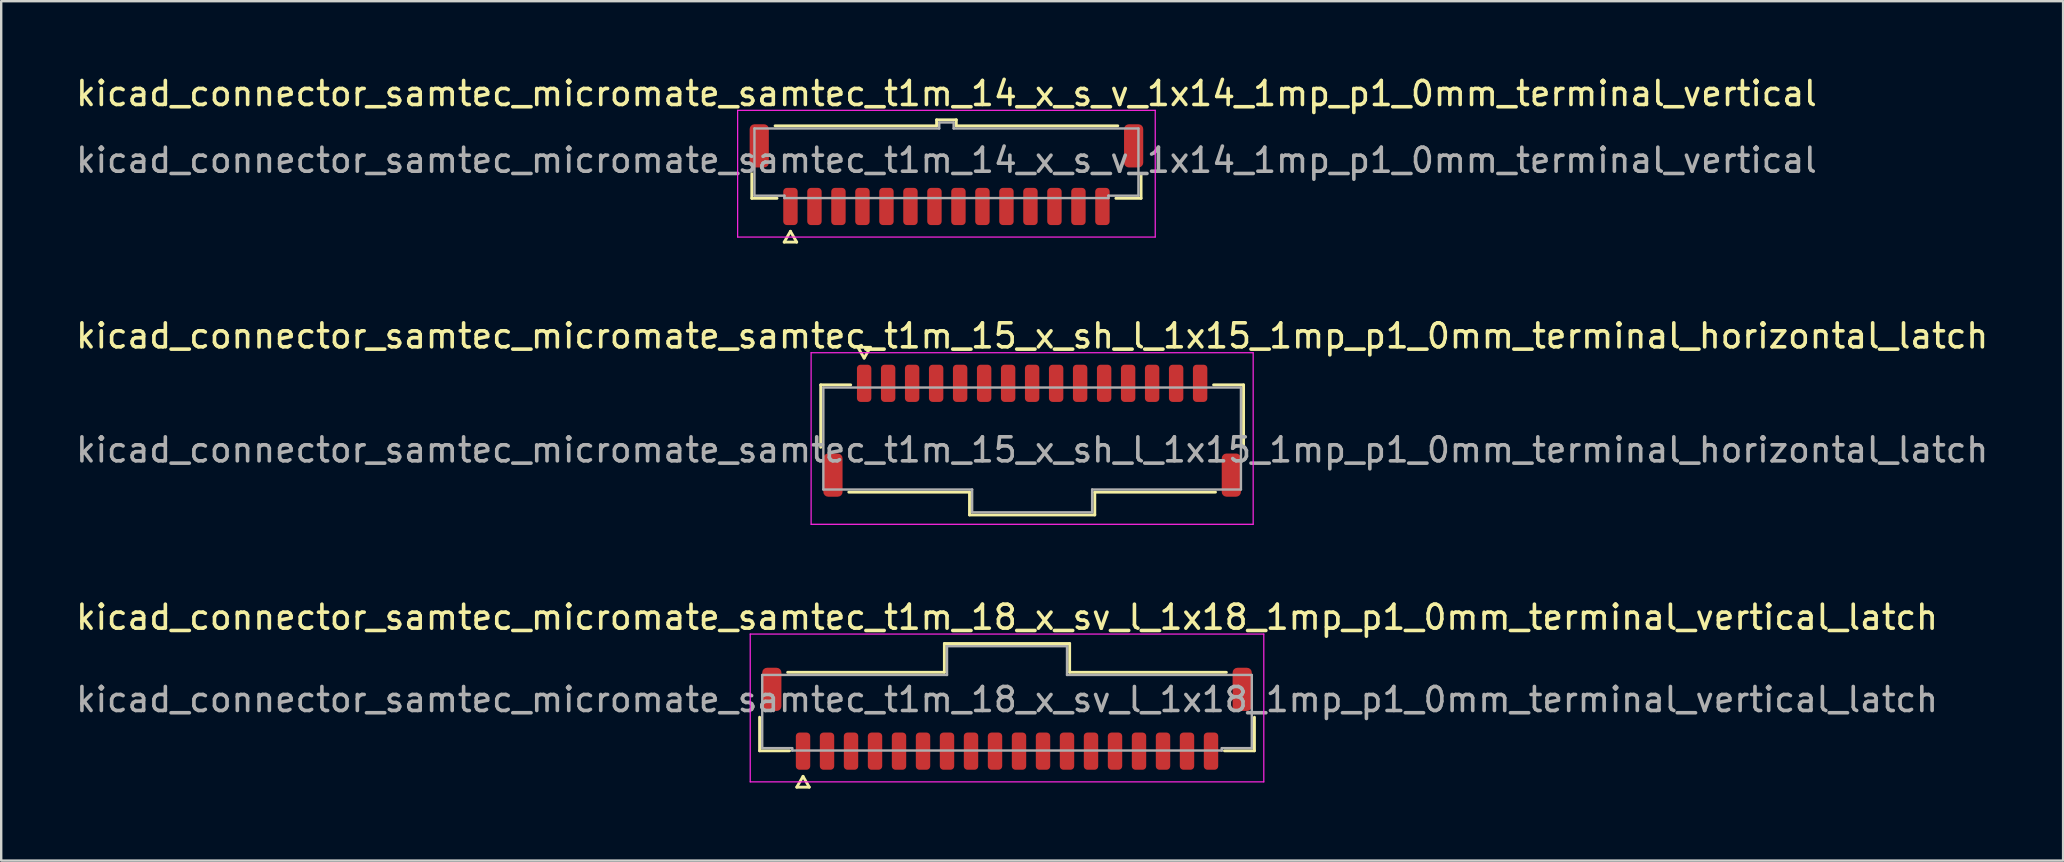
<source format=kicad_pcb>
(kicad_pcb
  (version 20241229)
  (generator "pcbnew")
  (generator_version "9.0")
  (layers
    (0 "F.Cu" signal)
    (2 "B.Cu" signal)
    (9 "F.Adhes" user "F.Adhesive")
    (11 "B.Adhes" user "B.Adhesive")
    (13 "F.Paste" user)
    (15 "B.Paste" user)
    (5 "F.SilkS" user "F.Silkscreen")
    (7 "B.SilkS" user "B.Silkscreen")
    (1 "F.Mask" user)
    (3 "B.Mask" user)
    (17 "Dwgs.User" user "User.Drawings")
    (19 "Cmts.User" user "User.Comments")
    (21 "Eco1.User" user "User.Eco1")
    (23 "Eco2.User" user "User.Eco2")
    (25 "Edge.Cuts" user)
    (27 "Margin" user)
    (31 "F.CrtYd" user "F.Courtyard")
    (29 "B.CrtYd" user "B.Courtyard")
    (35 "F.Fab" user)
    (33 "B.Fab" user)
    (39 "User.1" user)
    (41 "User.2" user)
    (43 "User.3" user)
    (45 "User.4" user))
  (footprint "kicad_connector_samtec_micromate_samtec_t1m_18_x_sv_l_1x18_1mp_p1_0mm_terminal_vertical_latch"
    (layer "F.Cu")
    (at 38.911 26.1)
    (property "Reference" "kicad_connector_samtec_micromate_samtec_t1m_18_x_sv_l_1x18_1mp_p1_0mm_terminal_vertical_latch" (at 0 -3.43 0) (layer "F.SilkS") (effects (font (size 1 1) (thickness 0.15))))
    (attr smd)
    (fp_line (start -10.31 2.135) (end -10.31 0.735) (stroke (width 0.12) (type solid)) (layer "F.SilkS"))
    (fp_line (start -9.14 -1.135) (end -2.61 -1.135) (stroke (width 0.12) (type solid)) (layer "F.SilkS"))
    (fp_line (start -9.06 2.135) (end -10.31 2.135) (stroke (width 0.12) (type solid)) (layer "F.SilkS"))
    (fp_line (start -8.76 3.65) (end -8.5 3.2) (stroke (width 0.12) (type solid)) (layer "F.SilkS"))
    (fp_line (start -8.5 3.2) (end -8.24 3.65) (stroke (width 0.12) (type solid)) (layer "F.SilkS"))
    (fp_line (start -8.24 3.65) (end -8.76 3.65) (stroke (width 0.12) (type solid)) (layer "F.SilkS"))
    (fp_line (start -2.61 -2.335) (end 2.61 -2.335) (stroke (width 0.12) (type solid)) (layer "F.SilkS"))
    (fp_line (start -2.61 -1.135) (end -2.61 -2.335) (stroke (width 0.12) (type solid)) (layer "F.SilkS"))
    (fp_line (start 2.61 -2.335) (end 2.61 -1.135) (stroke (width 0.12) (type solid)) (layer "F.SilkS"))
    (fp_line (start 2.61 -1.135) (end 9.14 -1.135) (stroke (width 0.12) (type solid)) (layer "F.SilkS"))
    (fp_line (start 10.31 0.735) (end 10.31 2.135) (stroke (width 0.12) (type solid)) (layer "F.SilkS"))
    (fp_line (start 10.31 2.135) (end 9.06 2.135) (stroke (width 0.12) (type solid)) (layer "F.SilkS"))
    (fp_line (start -10.7 -2.73) (end -10.7 3.43) (stroke (width 0.05) (type solid)) (layer "F.CrtYd"))
    (fp_line (start -10.7 3.43) (end 10.7 3.43) (stroke (width 0.05) (type solid)) (layer "F.CrtYd"))
    (fp_line (start 10.7 -2.73) (end -10.7 -2.73) (stroke (width 0.05) (type solid)) (layer "F.CrtYd"))
    (fp_line (start 10.7 3.43) (end 10.7 -2.73) (stroke (width 0.05) (type solid)) (layer "F.CrtYd"))
    (fp_line (start -10.2 -1.025) (end -2.5 -1.025) (stroke (width 0.1) (type solid)) (layer "F.Fab"))
    (fp_line (start -10.2 2.025) (end -10.2 -1.025) (stroke (width 0.1) (type solid)) (layer "F.Fab"))
    (fp_line (start -8.95 2.025) (end -10.2 2.025) (stroke (width 0.1) (type solid)) (layer "F.Fab"))
    (fp_line (start -8.95 2.125) (end -8.95 2.025) (stroke (width 0.1) (type solid)) (layer "F.Fab"))
    (fp_line (start -2.5 -2.225) (end 2.5 -2.225) (stroke (width 0.1) (type solid)) (layer "F.Fab"))
    (fp_line (start -2.5 -1.025) (end -2.5 -2.225) (stroke (width 0.1) (type solid)) (layer "F.Fab"))
    (fp_line (start 2.5 -2.225) (end 2.5 -1.025) (stroke (width 0.1) (type solid)) (layer "F.Fab"))
    (fp_line (start 2.5 -1.025) (end 10.2 -1.025) (stroke (width 0.1) (type solid)) (layer "F.Fab"))
    (fp_line (start 8.95 2.025) (end 8.95 2.125) (stroke (width 0.1) (type solid)) (layer "F.Fab"))
    (fp_line (start 8.95 2.125) (end -8.95 2.125) (stroke (width 0.1) (type solid)) (layer "F.Fab"))
    (fp_line (start 10.2 -1.025) (end 10.2 2.025) (stroke (width 0.1) (type solid)) (layer "F.Fab"))
    (fp_line (start 10.2 2.025) (end 8.95 2.025) (stroke (width 0.1) (type solid)) (layer "F.Fab"))
    (fp_text user "${REFERENCE}" (at 0 0 0) (layer "F.Fab") (effects (font (size 1 1) (thickness 0.15))))
    (pad "1" smd roundrect (at -8.5 2.15) (size 0.6 1.55) (layers "F.Cu" "F.Mask" "F.Paste") (roundrect_rratio 0.25))
    (pad "2" smd roundrect (at -7.5 2.15) (size 0.6 1.55) (layers "F.Cu" "F.Mask" "F.Paste") (roundrect_rratio 0.25))
    (pad "3" smd roundrect (at -6.5 2.15) (size 0.6 1.55) (layers "F.Cu" "F.Mask" "F.Paste") (roundrect_rratio 0.25))
    (pad "4" smd roundrect (at -5.5 2.15) (size 0.6 1.55) (layers "F.Cu" "F.Mask" "F.Paste") (roundrect_rratio 0.25))
    (pad "5" smd roundrect (at -4.5 2.15) (size 0.6 1.55) (layers "F.Cu" "F.Mask" "F.Paste") (roundrect_rratio 0.25))
    (pad "6" smd roundrect (at -3.5 2.15) (size 0.6 1.55) (layers "F.Cu" "F.Mask" "F.Paste") (roundrect_rratio 0.25))
    (pad "7" smd roundrect (at -2.5 2.15) (size 0.6 1.55) (layers "F.Cu" "F.Mask" "F.Paste") (roundrect_rratio 0.25))
    (pad "8" smd roundrect (at -1.5 2.15) (size 0.6 1.55) (layers "F.Cu" "F.Mask" "F.Paste") (roundrect_rratio 0.25))
    (pad "9" smd roundrect (at -0.5 2.15) (size 0.6 1.55) (layers "F.Cu" "F.Mask" "F.Paste") (roundrect_rratio 0.25))
    (pad "10" smd roundrect (at 0.5 2.15) (size 0.6 1.55) (layers "F.Cu" "F.Mask" "F.Paste") (roundrect_rratio 0.25))
    (pad "11" smd roundrect (at 1.5 2.15) (size 0.6 1.55) (layers "F.Cu" "F.Mask" "F.Paste") (roundrect_rratio 0.25))
    (pad "12" smd roundrect (at 2.5 2.15) (size 0.6 1.55) (layers "F.Cu" "F.Mask" "F.Paste") (roundrect_rratio 0.25))
    (pad "13" smd roundrect (at 3.5 2.15) (size 0.6 1.55) (layers "F.Cu" "F.Mask" "F.Paste") (roundrect_rratio 0.25))
    (pad "14" smd roundrect (at 4.5 2.15) (size 0.6 1.55) (layers "F.Cu" "F.Mask" "F.Paste") (roundrect_rratio 0.25))
    (pad "15" smd roundrect (at 5.5 2.15) (size 0.6 1.55) (layers "F.Cu" "F.Mask" "F.Paste") (roundrect_rratio 0.25))
    (pad "16" smd roundrect (at 6.5 2.15) (size 0.6 1.55) (layers "F.Cu" "F.Mask" "F.Paste") (roundrect_rratio 0.25))
    (pad "17" smd roundrect (at 7.5 2.15) (size 0.6 1.55) (layers "F.Cu" "F.Mask" "F.Paste") (roundrect_rratio 0.25))
    (pad "18" smd roundrect (at 8.5 2.15) (size 0.6 1.55) (layers "F.Cu" "F.Mask" "F.Paste") (roundrect_rratio 0.25))
    (pad "MP" smd roundrect (at -9.8 -0.425) (size 0.8 1.8) (layers "F.Cu" "F.Mask" "F.Paste") (roundrect_rratio 0.25))
    (pad "MP" smd roundrect (at 9.8 -0.425) (size 0.8 1.8) (layers "F.Cu" "F.Mask" "F.Paste") (roundrect_rratio 0.25)))
  (footprint "kicad_connector_samtec_micromate_samtec_t1m_15_x_sh_l_1x15_1mp_p1_0mm_terminal_horizontal_latch"
    (layer "F.Cu")
    (at 39.958 15.697)
    (property "Reference" "kicad_connector_samtec_micromate_samtec_t1m_15_x_sh_l_1x15_1mp_p1_0mm_terminal_horizontal_latch" (at 0 -4.75 0) (layer "F.SilkS") (effects (font (size 1 1) (thickness 0.15))))
    (attr smd)
    (fp_line (start -8.81 -2.71) (end -7.56 -2.71) (stroke (width 0.12) (type solid)) (layer "F.SilkS"))
    (fp_line (start -8.81 -0.11) (end -8.81 -2.71) (stroke (width 0.12) (type solid)) (layer "F.SilkS"))
    (fp_line (start -7.26 -4.275) (end -7 -3.825) (stroke (width 0.12) (type solid)) (layer "F.SilkS"))
    (fp_line (start -7 -3.825) (end -6.74 -4.275) (stroke (width 0.12) (type solid)) (layer "F.SilkS"))
    (fp_line (start -6.74 -4.275) (end -7.26 -4.275) (stroke (width 0.12) (type solid)) (layer "F.SilkS"))
    (fp_line (start -2.61 1.76) (end -7.64 1.76) (stroke (width 0.12) (type solid)) (layer "F.SilkS"))
    (fp_line (start -2.61 2.71) (end -2.61 1.76) (stroke (width 0.12) (type solid)) (layer "F.SilkS"))
    (fp_line (start 2.61 1.76) (end 2.61 2.71) (stroke (width 0.12) (type solid)) (layer "F.SilkS"))
    (fp_line (start 2.61 2.71) (end -2.61 2.71) (stroke (width 0.12) (type solid)) (layer "F.SilkS"))
    (fp_line (start 7.56 -2.71) (end 8.81 -2.71) (stroke (width 0.12) (type solid)) (layer "F.SilkS"))
    (fp_line (start 7.64 1.76) (end 2.61 1.76) (stroke (width 0.12) (type solid)) (layer "F.SilkS"))
    (fp_line (start 8.81 -2.71) (end 8.81 -0.11) (stroke (width 0.12) (type solid)) (layer "F.SilkS"))
    (fp_line (start -9.21 -4.05) (end -9.21 3.1) (stroke (width 0.05) (type solid)) (layer "F.CrtYd"))
    (fp_line (start -9.21 3.1) (end 9.21 3.1) (stroke (width 0.05) (type solid)) (layer "F.CrtYd"))
    (fp_line (start 9.21 -4.05) (end -9.21 -4.05) (stroke (width 0.05) (type solid)) (layer "F.CrtYd"))
    (fp_line (start 9.21 3.1) (end 9.21 -4.05) (stroke (width 0.05) (type solid)) (layer "F.CrtYd"))
    (fp_line (start -8.7 -2.6) (end 8.7 -2.6) (stroke (width 0.1) (type solid)) (layer "F.Fab"))
    (fp_line (start -8.7 1.65) (end -8.7 -2.6) (stroke (width 0.1) (type solid)) (layer "F.Fab"))
    (fp_line (start -2.5 1.65) (end -8.7 1.65) (stroke (width 0.1) (type solid)) (layer "F.Fab"))
    (fp_line (start -2.5 2.6) (end -2.5 1.65) (stroke (width 0.1) (type solid)) (layer "F.Fab"))
    (fp_line (start 2.5 1.65) (end 2.5 2.6) (stroke (width 0.1) (type solid)) (layer "F.Fab"))
    (fp_line (start 2.5 2.6) (end -2.5 2.6) (stroke (width 0.1) (type solid)) (layer "F.Fab"))
    (fp_line (start 8.7 -2.6) (end 8.7 1.65) (stroke (width 0.1) (type solid)) (layer "F.Fab"))
    (fp_line (start 8.7 1.65) (end 2.5 1.65) (stroke (width 0.1) (type solid)) (layer "F.Fab"))
    (fp_text user "${REFERENCE}" (at 0 0 0) (layer "F.Fab") (effects (font (size 1 1) (thickness 0.15))))
    (pad "1" smd roundrect (at -7 -2.775) (size 0.6 1.55) (layers "F.Cu" "F.Mask" "F.Paste") (roundrect_rratio 0.25))
    (pad "2" smd roundrect (at -6 -2.775) (size 0.6 1.55) (layers "F.Cu" "F.Mask" "F.Paste") (roundrect_rratio 0.25))
    (pad "3" smd roundrect (at -5 -2.775) (size 0.6 1.55) (layers "F.Cu" "F.Mask" "F.Paste") (roundrect_rratio 0.25))
    (pad "4" smd roundrect (at -4 -2.775) (size 0.6 1.55) (layers "F.Cu" "F.Mask" "F.Paste") (roundrect_rratio 0.25))
    (pad "5" smd roundrect (at -3 -2.775) (size 0.6 1.55) (layers "F.Cu" "F.Mask" "F.Paste") (roundrect_rratio 0.25))
    (pad "6" smd roundrect (at -2 -2.775) (size 0.6 1.55) (layers "F.Cu" "F.Mask" "F.Paste") (roundrect_rratio 0.25))
    (pad "7" smd roundrect (at -1 -2.775) (size 0.6 1.55) (layers "F.Cu" "F.Mask" "F.Paste") (roundrect_rratio 0.25))
    (pad "8" smd roundrect (at 0 -2.775) (size 0.6 1.55) (layers "F.Cu" "F.Mask" "F.Paste") (roundrect_rratio 0.25))
    (pad "9" smd roundrect (at 1 -2.775) (size 0.6 1.55) (layers "F.Cu" "F.Mask" "F.Paste") (roundrect_rratio 0.25))
    (pad "10" smd roundrect (at 2 -2.775) (size 0.6 1.55) (layers "F.Cu" "F.Mask" "F.Paste") (roundrect_rratio 0.25))
    (pad "11" smd roundrect (at 3 -2.775) (size 0.6 1.55) (layers "F.Cu" "F.Mask" "F.Paste") (roundrect_rratio 0.25))
    (pad "12" smd roundrect (at 4 -2.775) (size 0.6 1.55) (layers "F.Cu" "F.Mask" "F.Paste") (roundrect_rratio 0.25))
    (pad "13" smd roundrect (at 5 -2.775) (size 0.6 1.55) (layers "F.Cu" "F.Mask" "F.Paste") (roundrect_rratio 0.25))
    (pad "14" smd roundrect (at 6 -2.775) (size 0.6 1.55) (layers "F.Cu" "F.Mask" "F.Paste") (roundrect_rratio 0.25))
    (pad "15" smd roundrect (at 7 -2.775) (size 0.6 1.55) (layers "F.Cu" "F.Mask" "F.Paste") (roundrect_rratio 0.25))
    (pad "MP" smd roundrect (at -8.3 1.05) (size 0.8 1.8) (layers "F.Cu" "F.Mask" "F.Paste") (roundrect_rratio 0.25))
    (pad "MP" smd roundrect (at 8.3 1.05) (size 0.8 1.8) (layers "F.Cu" "F.Mask" "F.Paste") (roundrect_rratio 0.25)))
  (footprint "kicad_connector_samtec_micromate_samtec_t1m_14_x_s_v_1x14_1mp_p1_0mm_terminal_vertical"
    (layer "F.Cu")
    (at 36.387 3.628)
    (property "Reference" "kicad_connector_samtec_micromate_samtec_t1m_14_x_s_v_1x14_1mp_p1_0mm_terminal_vertical" (at 0 -2.78 0) (layer "F.SilkS") (effects (font (size 1 1) (thickness 0.15))))
    (attr smd)
    (fp_line (start -8.11 1.585) (end -8.11 0.56) (stroke (width 0.12) (type solid)) (layer "F.SilkS"))
    (fp_line (start -7.14 -1.435) (end -0.41 -1.435) (stroke (width 0.12) (type solid)) (layer "F.SilkS"))
    (fp_line (start -7.06 1.585) (end -8.11 1.585) (stroke (width 0.12) (type solid)) (layer "F.SilkS"))
    (fp_line (start -6.76 3.41) (end -6.5 2.96) (stroke (width 0.12) (type solid)) (layer "F.SilkS"))
    (fp_line (start -6.5 2.96) (end -6.24 3.41) (stroke (width 0.12) (type solid)) (layer "F.SilkS"))
    (fp_line (start -6.24 3.41) (end -6.76 3.41) (stroke (width 0.12) (type solid)) (layer "F.SilkS"))
    (fp_line (start -0.41 -1.685) (end 0.41 -1.685) (stroke (width 0.12) (type solid)) (layer "F.SilkS"))
    (fp_line (start -0.41 -1.435) (end -0.41 -1.685) (stroke (width 0.12) (type solid)) (layer "F.SilkS"))
    (fp_line (start 0.41 -1.685) (end 0.41 -1.435) (stroke (width 0.12) (type solid)) (layer "F.SilkS"))
    (fp_line (start 0.41 -1.435) (end 7.14 -1.435) (stroke (width 0.12) (type solid)) (layer "F.SilkS"))
    (fp_line (start 8.11 0.56) (end 8.11 1.585) (stroke (width 0.12) (type solid)) (layer "F.SilkS"))
    (fp_line (start 8.11 1.585) (end 7.06 1.585) (stroke (width 0.12) (type solid)) (layer "F.SilkS"))
    (fp_line (start -8.7 -2.08) (end -8.7 3.2) (stroke (width 0.05) (type solid)) (layer "F.CrtYd"))
    (fp_line (start -8.7 3.2) (end 8.7 3.2) (stroke (width 0.05) (type solid)) (layer "F.CrtYd"))
    (fp_line (start 8.7 -2.08) (end -8.7 -2.08) (stroke (width 0.05) (type solid)) (layer "F.CrtYd"))
    (fp_line (start 8.7 3.2) (end 8.7 -2.08) (stroke (width 0.05) (type solid)) (layer "F.CrtYd"))
    (fp_line (start -8 -1.325) (end -0.3 -1.325) (stroke (width 0.1) (type solid)) (layer "F.Fab"))
    (fp_line (start -8 1.475) (end -8 -1.325) (stroke (width 0.1) (type solid)) (layer "F.Fab"))
    (fp_line (start -6.75 1.475) (end -8 1.475) (stroke (width 0.1) (type solid)) (layer "F.Fab"))
    (fp_line (start -6.75 1.575) (end -6.75 1.475) (stroke (width 0.1) (type solid)) (layer "F.Fab"))
    (fp_line (start -0.3 -1.575) (end 0.3 -1.575) (stroke (width 0.1) (type solid)) (layer "F.Fab"))
    (fp_line (start -0.3 -1.325) (end -0.3 -1.575) (stroke (width 0.1) (type solid)) (layer "F.Fab"))
    (fp_line (start 0.3 -1.575) (end 0.3 -1.325) (stroke (width 0.1) (type solid)) (layer "F.Fab"))
    (fp_line (start 0.3 -1.325) (end 8 -1.325) (stroke (width 0.1) (type solid)) (layer "F.Fab"))
    (fp_line (start 6.75 1.475) (end 6.75 1.575) (stroke (width 0.1) (type solid)) (layer "F.Fab"))
    (fp_line (start 6.75 1.575) (end -6.75 1.575) (stroke (width 0.1) (type solid)) (layer "F.Fab"))
    (fp_line (start 8 -1.325) (end 8 1.475) (stroke (width 0.1) (type solid)) (layer "F.Fab"))
    (fp_line (start 8 1.475) (end 6.75 1.475) (stroke (width 0.1) (type solid)) (layer "F.Fab"))
    (fp_text user "${REFERENCE}" (at 0 0 0) (layer "F.Fab") (effects (font (size 1 1) (thickness 0.15))))
    (pad "1" smd roundrect (at -6.5 1.925) (size 0.6 1.55) (layers "F.Cu" "F.Mask" "F.Paste") (roundrect_rratio 0.25))
    (pad "2" smd roundrect (at -5.5 1.925) (size 0.6 1.55) (layers "F.Cu" "F.Mask" "F.Paste") (roundrect_rratio 0.25))
    (pad "3" smd roundrect (at -4.5 1.925) (size 0.6 1.55) (layers "F.Cu" "F.Mask" "F.Paste") (roundrect_rratio 0.25))
    (pad "4" smd roundrect (at -3.5 1.925) (size 0.6 1.55) (layers "F.Cu" "F.Mask" "F.Paste") (roundrect_rratio 0.25))
    (pad "5" smd roundrect (at -2.5 1.925) (size 0.6 1.55) (layers "F.Cu" "F.Mask" "F.Paste") (roundrect_rratio 0.25))
    (pad "6" smd roundrect (at -1.5 1.925) (size 0.6 1.55) (layers "F.Cu" "F.Mask" "F.Paste") (roundrect_rratio 0.25))
    (pad "7" smd roundrect (at -0.5 1.925) (size 0.6 1.55) (layers "F.Cu" "F.Mask" "F.Paste") (roundrect_rratio 0.25))
    (pad "8" smd roundrect (at 0.5 1.925) (size 0.6 1.55) (layers "F.Cu" "F.Mask" "F.Paste") (roundrect_rratio 0.25))
    (pad "9" smd roundrect (at 1.5 1.925) (size 0.6 1.55) (layers "F.Cu" "F.Mask" "F.Paste") (roundrect_rratio 0.25))
    (pad "10" smd roundrect (at 2.5 1.925) (size 0.6 1.55) (layers "F.Cu" "F.Mask" "F.Paste") (roundrect_rratio 0.25))
    (pad "11" smd roundrect (at 3.5 1.925) (size 0.6 1.55) (layers "F.Cu" "F.Mask" "F.Paste") (roundrect_rratio 0.25))
    (pad "12" smd roundrect (at 4.5 1.925) (size 0.6 1.55) (layers "F.Cu" "F.Mask" "F.Paste") (roundrect_rratio 0.25))
    (pad "13" smd roundrect (at 5.5 1.925) (size 0.6 1.55) (layers "F.Cu" "F.Mask" "F.Paste") (roundrect_rratio 0.25))
    (pad "14" smd roundrect (at 6.5 1.925) (size 0.6 1.55) (layers "F.Cu" "F.Mask" "F.Paste") (roundrect_rratio 0.25))
    (pad "MP" smd roundrect (at -7.8 -0.6) (size 0.8 1.8) (layers "F.Cu" "F.Mask" "F.Paste") (roundrect_rratio 0.25))
    (pad "MP" smd roundrect (at 7.8 -0.6) (size 0.8 1.8) (layers "F.Cu" "F.Mask" "F.Paste") (roundrect_rratio 0.25)))
  (gr_rect
    (start -3 -3)
    (end 82.917 32.81)
    (stroke (width 0.1) (type default))
    (fill no)
    (layer "Edge.Cuts")))
</source>
